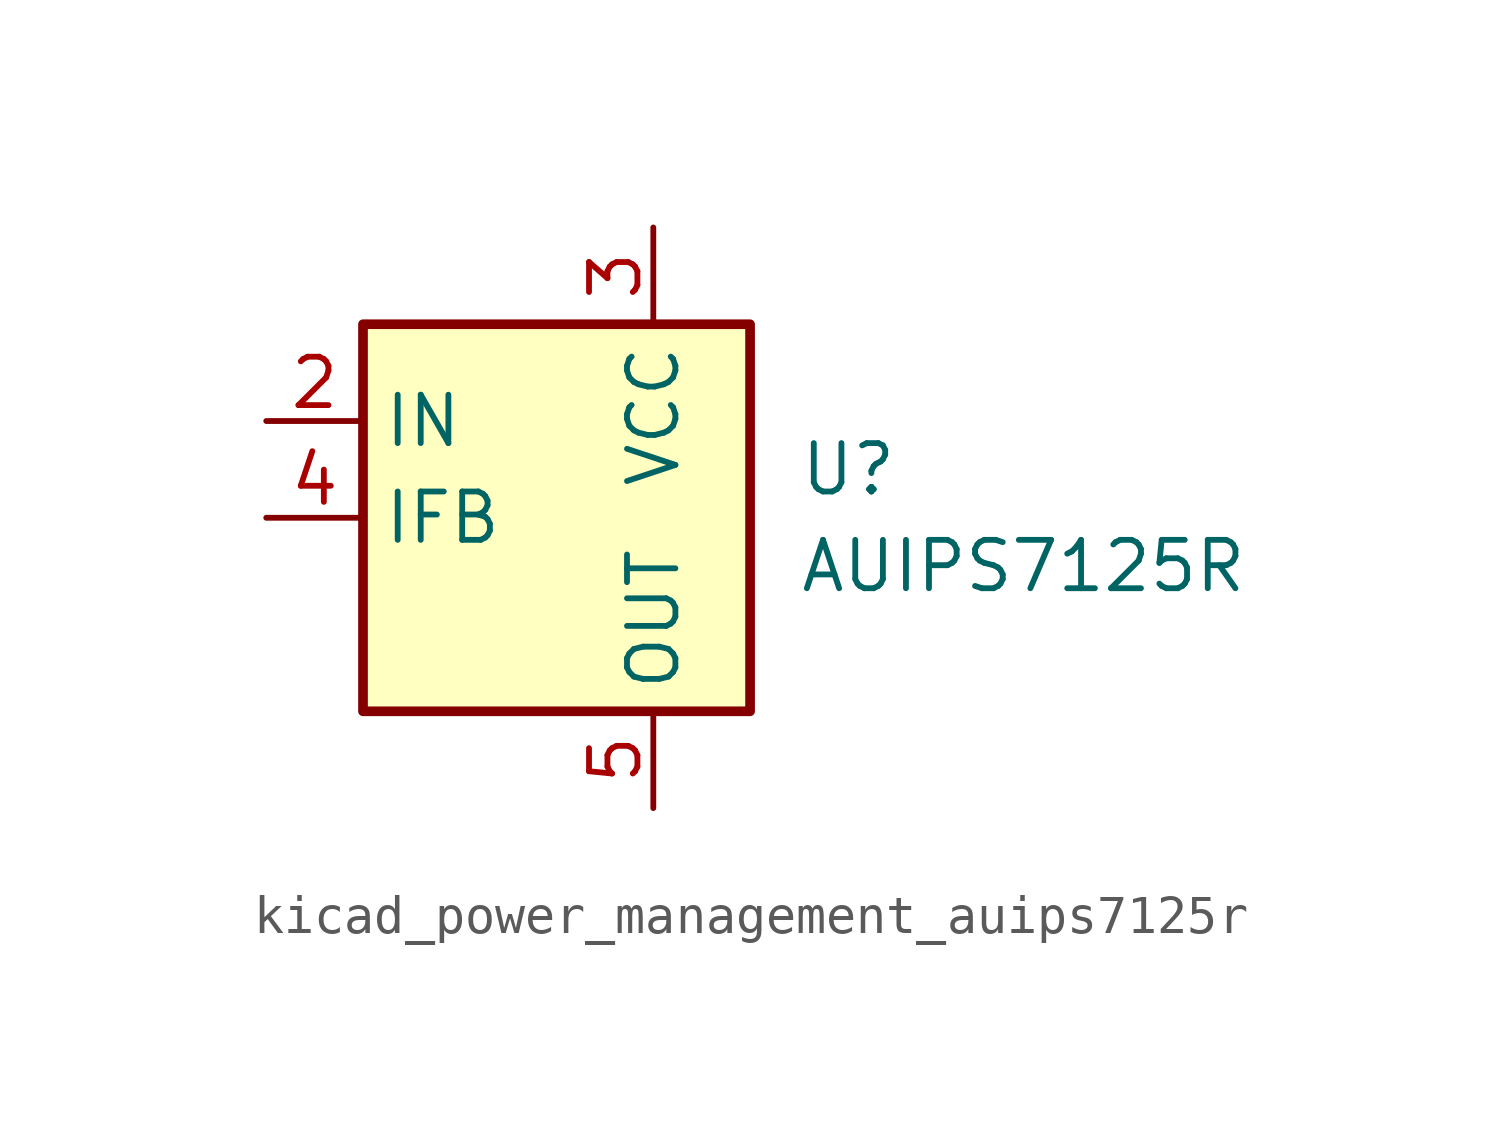
<source format=kicad_sym>
(kicad_symbol_lib
  (version 20220914)
  (generator kicad_symbol_editor)
  (symbol "kicad_power_management_auips7125r"
    (property "Reference" "U"
      (at 3.81 1.27 0)
      (effects (font (size 1.27 1.27)) (justify left)))
    (property "Value" "AUIPS7125R"
      (at 3.81 -1.27 0)
      (effects (font (size 1.27 1.27)) (justify left)))
    (symbol "kicad_power_management_auips7125r_0_1"
      (rectangle (start -7.62 5.08) (end 2.54 -5.08) (stroke (width 0.254) (type default)) (fill (type background))))
    (symbol "kicad_power_management_auips7125r_1_1"
      (pin no_connect line (at -7.62 -2.54 0) (length 2.54) hide (name "NC" (effects (font (size 1.27 1.27)))) (number "1" (effects (font (size 1.27 1.27)))))
      (pin input line (at -10.16 2.54 0) (length 2.54) (name "IN" (effects (font (size 1.27 1.27)))) (number "2" (effects (font (size 1.27 1.27)))))
      (pin power_in line (at 0 7.62 270) (length 2.54) (name "VCC" (effects (font (size 1.27 1.27)))) (number "3" (effects (font (size 1.27 1.27)))))
      (pin output line (at -10.16 0 0) (length 2.54) (name "IFB" (effects (font (size 1.27 1.27)))) (number "4" (effects (font (size 1.27 1.27)))))
      (pin power_out line (at 0 -7.62 90) (length 2.54) (name "OUT" (effects (font (size 1.27 1.27)))) (number "5" (effects (font (size 1.27 1.27))))))))
</source>
